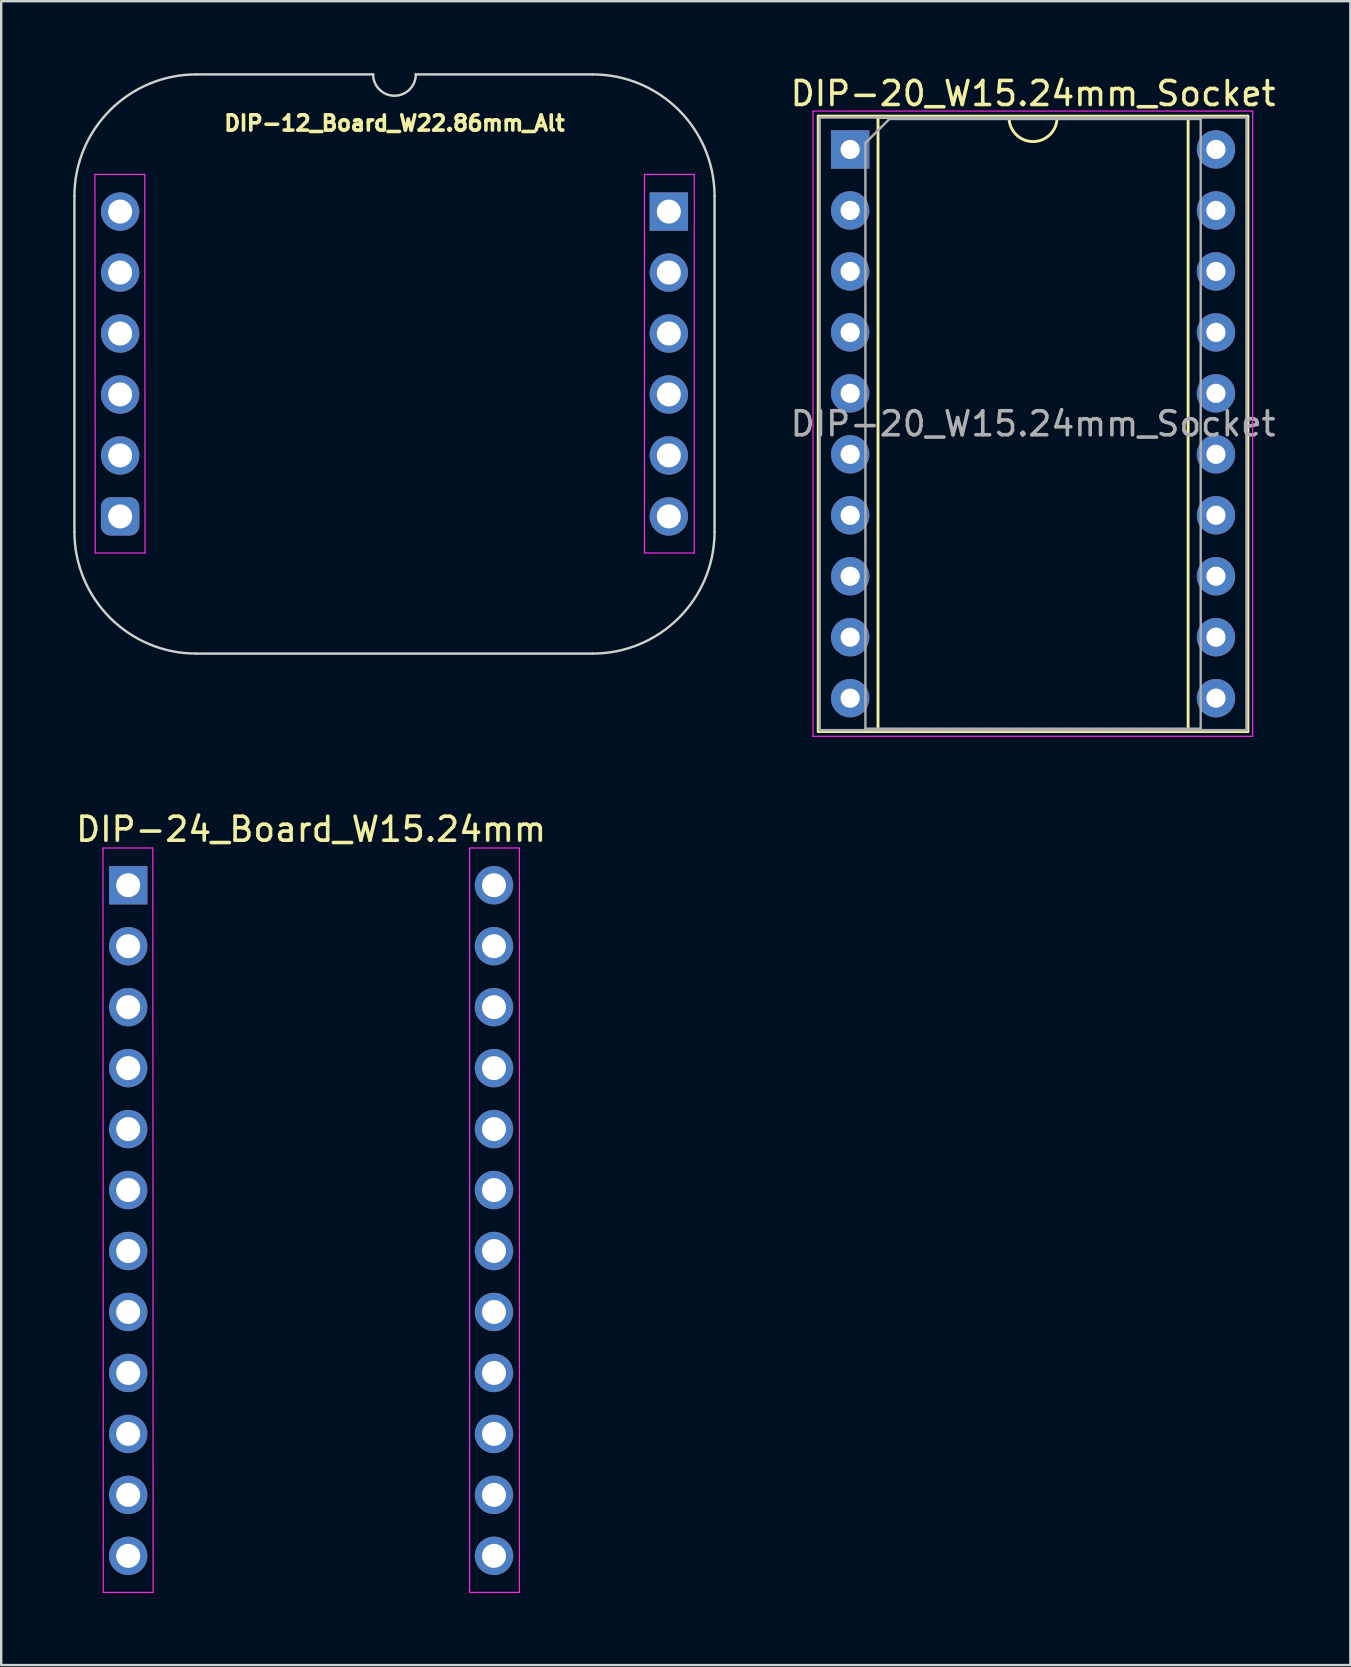
<source format=kicad_pcb>
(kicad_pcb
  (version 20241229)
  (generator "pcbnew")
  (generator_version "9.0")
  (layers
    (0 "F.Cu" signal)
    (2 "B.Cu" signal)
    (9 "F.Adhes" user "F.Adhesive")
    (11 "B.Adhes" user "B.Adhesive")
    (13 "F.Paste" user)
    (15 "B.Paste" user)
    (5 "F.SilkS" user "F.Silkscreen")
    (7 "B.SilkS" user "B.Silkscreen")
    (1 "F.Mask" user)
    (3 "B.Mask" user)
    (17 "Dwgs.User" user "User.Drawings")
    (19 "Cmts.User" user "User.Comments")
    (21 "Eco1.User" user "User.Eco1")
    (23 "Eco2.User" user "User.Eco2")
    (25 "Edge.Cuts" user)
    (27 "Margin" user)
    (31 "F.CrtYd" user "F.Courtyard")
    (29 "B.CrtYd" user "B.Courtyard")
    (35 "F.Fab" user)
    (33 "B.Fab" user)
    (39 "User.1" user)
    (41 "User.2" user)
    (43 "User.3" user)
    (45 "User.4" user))
  (footprint "DIP-24_Board_W15.24mm"
    (layer "F.Cu")
    (at 2.291 33.831)
    (property "Reference" "DIP-24_Board_W15.24mm" (at 7.62 -2.33 0) (layer "F.SilkS") (effects (font (size 1 1) (thickness 0.15))))
    (attr through_hole)
    (fp_line (start -1.05 -1.55) (end -1.038 29.464) (stroke (width 0.05) (type solid)) (layer "F.CrtYd"))
    (fp_line (start -1.038 29.464) (end 1.038 29.464) (stroke (width 0.05) (type solid)) (layer "F.CrtYd"))
    (fp_line (start 1.026 -1.55) (end -1.05 -1.55) (stroke (width 0.05) (type solid)) (layer "F.CrtYd"))
    (fp_line (start 1.038 29.464) (end 1.026 -1.55) (stroke (width 0.05) (type solid)) (layer "F.CrtYd"))
    (fp_line (start 14.224 29.464) (end 14.224 -1.55) (stroke (width 0.05) (type solid)) (layer "F.CrtYd"))
    (fp_line (start 14.224 29.464) (end 16.3 29.464) (stroke (width 0.05) (type solid)) (layer "F.CrtYd"))
    (fp_line (start 16.3 -1.55) (end 14.224 -1.55) (stroke (width 0.05) (type solid)) (layer "F.CrtYd"))
    (fp_line (start 16.3 29.464) (end 16.3 -1.55) (stroke (width 0.05) (type solid)) (layer "F.CrtYd"))
    (pad "1" thru_hole rect (at 0 0) (size 1.6 1.6) (drill 1) (layers "*.Cu" "*.Mask"))
    (pad "2" thru_hole oval (at 0 2.54) (size 1.6 1.6) (drill 1) (layers "*.Cu" "*.Mask"))
    (pad "3" thru_hole oval (at 0 5.08) (size 1.6 1.6) (drill 1) (layers "*.Cu" "*.Mask"))
    (pad "4" thru_hole oval (at 0 7.62) (size 1.6 1.6) (drill 1) (layers "*.Cu" "*.Mask"))
    (pad "5" thru_hole oval (at 0 10.16) (size 1.6 1.6) (drill 1) (layers "*.Cu" "*.Mask"))
    (pad "6" thru_hole oval (at 0 12.7) (size 1.6 1.6) (drill 1) (layers "*.Cu" "*.Mask"))
    (pad "7" thru_hole oval (at 0 15.24) (size 1.6 1.6) (drill 1) (layers "*.Cu" "*.Mask"))
    (pad "8" thru_hole oval (at 0 17.78) (size 1.6 1.6) (drill 1) (layers "*.Cu" "*.Mask"))
    (pad "9" thru_hole oval (at 0 20.32) (size 1.6 1.6) (drill 1) (layers "*.Cu" "*.Mask"))
    (pad "10" thru_hole oval (at 0 22.86) (size 1.6 1.6) (drill 1) (layers "*.Cu" "*.Mask"))
    (pad "11" thru_hole oval (at 0 25.4) (size 1.6 1.6) (drill 1) (layers "*.Cu" "*.Mask"))
    (pad "12" thru_hole oval (at 0 27.94) (size 1.6 1.6) (drill 1) (layers "*.Cu" "*.Mask"))
    (pad "13" thru_hole oval (at 15.24 27.94) (size 1.6 1.6) (drill 1) (layers "*.Cu" "*.Mask"))
    (pad "14" thru_hole oval (at 15.24 25.4) (size 1.6 1.6) (drill 1) (layers "*.Cu" "*.Mask"))
    (pad "15" thru_hole oval (at 15.24 22.86) (size 1.6 1.6) (drill 1) (layers "*.Cu" "*.Mask"))
    (pad "16" thru_hole oval (at 15.24 20.32) (size 1.6 1.6) (drill 1) (layers "*.Cu" "*.Mask"))
    (pad "17" thru_hole oval (at 15.24 17.78 180) (size 1.6 1.6) (drill 1) (layers "*.Cu" "*.Mask"))
    (pad "18" thru_hole oval (at 15.24 15.24 180) (size 1.6 1.6) (drill 1) (layers "*.Cu" "*.Mask"))
    (pad "19" thru_hole oval (at 15.24 12.7 180) (size 1.6 1.6) (drill 1) (layers "*.Cu" "*.Mask"))
    (pad "20" thru_hole oval (at 15.24 10.16 180) (size 1.6 1.6) (drill 1) (layers "*.Cu" "*.Mask"))
    (pad "21" thru_hole oval (at 15.24 7.62) (size 1.6 1.6) (drill 1) (layers "*.Cu" "*.Mask"))
    (pad "22" thru_hole oval (at 15.24 5.08) (size 1.6 1.6) (drill 1) (layers "*.Cu" "*.Mask"))
    (pad "23" thru_hole oval (at 15.24 2.54) (size 1.6 1.6) (drill 1) (layers "*.Cu" "*.Mask"))
    (pad "24" thru_hole oval (at 15.24 0) (size 1.6 1.6) (drill 1) (layers "*.Cu" "*.Mask")))
  (footprint "DIP-12_Board_W22.86mm_Alt"
    (layer "F.Cu")
    (at 1.955 5.765)
    (property "Reference" "DIP-12_Board_W22.86mm_Alt" (at 11.43 -3.683 0) (layer "F.SilkS") (effects (font (size 0.635 0.635) (thickness 0.15))))
    (attr through_hole)
    (fp_line (start -1.905 -0.635) (end -1.905 13.335) (stroke (width 0.1) (type solid)) (layer "Edge.Cuts"))
    (fp_line (start 10.541 -5.715) (end 3.175 -5.715) (stroke (width 0.1) (type solid)) (layer "Edge.Cuts"))
    (fp_line (start 19.685 -5.715) (end 12.319 -5.715) (stroke (width 0.1) (type solid)) (layer "Edge.Cuts"))
    (fp_line (start 19.685 18.415) (end 3.175 18.415) (stroke (width 0.1) (type solid)) (layer "Edge.Cuts"))
    (fp_line (start 24.765 13.335) (end 24.765 -0.635) (stroke (width 0.1) (type solid)) (layer "Edge.Cuts"))
    (fp_arc (start -1.905 -0.635) (mid -0.417102 -4.227102) (end 3.175 -5.715) (stroke (width 0.1) (type solid)) (layer "Edge.Cuts"))
    (fp_arc (start 3.175 18.415) (mid -0.417102 16.927102) (end -1.905 13.335) (stroke (width 0.1) (type solid)) (layer "Edge.Cuts"))
    (fp_arc (start 12.319 -5.715) (mid 11.43 -4.826) (end 10.541 -5.715) (stroke (width 0.1) (type default)) (layer "Edge.Cuts"))
    (fp_arc (start 19.685 -5.715) (mid 23.277102 -4.227102) (end 24.765 -0.635) (stroke (width 0.1) (type solid)) (layer "Edge.Cuts"))
    (fp_arc (start 24.765 13.335) (mid 23.277102 16.927102) (end 19.685 18.415) (stroke (width 0.1) (type solid)) (layer "Edge.Cuts"))
    (fp_line (start -1.05 -1.55) (end -1.038 14.224) (stroke (width 0.05) (type solid)) (layer "F.CrtYd"))
    (fp_line (start -1.038 14.224) (end 1.038 14.224) (stroke (width 0.05) (type solid)) (layer "F.CrtYd"))
    (fp_line (start 1.026 -1.55) (end -1.05 -1.55) (stroke (width 0.05) (type solid)) (layer "F.CrtYd"))
    (fp_line (start 1.038 14.224) (end 1.026 -1.55) (stroke (width 0.05) (type solid)) (layer "F.CrtYd"))
    (fp_line (start 21.844 14.224) (end 21.844 -1.55) (stroke (width 0.05) (type solid)) (layer "F.CrtYd"))
    (fp_line (start 21.844 14.224) (end 23.92 14.224) (stroke (width 0.05) (type solid)) (layer "F.CrtYd"))
    (fp_line (start 23.92 -1.55) (end 21.844 -1.55) (stroke (width 0.05) (type solid)) (layer "F.CrtYd"))
    (fp_line (start 23.92 14.224) (end 23.92 -1.55) (stroke (width 0.05) (type solid)) (layer "F.CrtYd"))
    (pad "1" thru_hole oval (at 0 0) (size 1.6 1.6) (drill 1) (layers "*.Cu" "*.Mask"))
    (pad "2" thru_hole oval (at 0 2.54) (size 1.6 1.6) (drill 1) (layers "*.Cu" "*.Mask"))
    (pad "3" thru_hole oval (at 0 5.08) (size 1.6 1.6) (drill 1) (layers "*.Cu" "*.Mask"))
    (pad "4" thru_hole oval (at 0 7.62) (size 1.6 1.6) (drill 1) (layers "*.Cu" "*.Mask"))
    (pad "5" thru_hole oval (at 0 10.16) (size 1.6 1.6) (drill 1) (layers "*.Cu" "*.Mask"))
    (pad "6" thru_hole roundrect (at 0 12.7) (size 1.6 1.6) (drill 1) (layers "*.Cu" "*.Mask") (roundrect_rratio 0.25))
    (pad "7" thru_hole oval (at 22.86 12.7 180) (size 1.6 1.6) (drill 1) (layers "*.Cu" "*.Mask"))
    (pad "8" thru_hole oval (at 22.86 10.16 180) (size 1.6 1.6) (drill 1) (layers "*.Cu" "*.Mask"))
    (pad "9" thru_hole oval (at 22.86 7.62) (size 1.6 1.6) (drill 1) (layers "*.Cu" "*.Mask"))
    (pad "10" thru_hole oval (at 22.86 5.08) (size 1.6 1.6) (drill 1) (layers "*.Cu" "*.Mask"))
    (pad "11" thru_hole oval (at 22.86 2.54) (size 1.6 1.6) (drill 1) (layers "*.Cu" "*.Mask"))
    (pad "12" thru_hole rect (at 22.86 0) (size 1.6 1.6) (drill 1) (layers "*.Cu" "*.Mask")))
  (footprint "DIP-20_W15.24mm_Socket"
    (layer "F.Cu")
    (at 32.37 3.178)
    (property "Reference" "DIP-20_W15.24mm_Socket" (at 7.62 -2.33 0) (layer "F.SilkS") (effects (font (size 1 1) (thickness 0.15))))
    (attr through_hole)
    (fp_line (start -1.33 -1.39) (end -1.33 24.25) (stroke (width 0.12) (type solid)) (layer "F.SilkS"))
    (fp_line (start -1.33 24.25) (end 16.57 24.25) (stroke (width 0.12) (type solid)) (layer "F.SilkS"))
    (fp_line (start 1.16 -1.33) (end 1.16 24.19) (stroke (width 0.12) (type solid)) (layer "F.SilkS"))
    (fp_line (start 1.16 24.19) (end 14.08 24.19) (stroke (width 0.12) (type solid)) (layer "F.SilkS"))
    (fp_line (start 6.62 -1.33) (end 1.16 -1.33) (stroke (width 0.12) (type solid)) (layer "F.SilkS"))
    (fp_line (start 14.08 -1.33) (end 8.62 -1.33) (stroke (width 0.12) (type solid)) (layer "F.SilkS"))
    (fp_line (start 14.08 24.19) (end 14.08 -1.33) (stroke (width 0.12) (type solid)) (layer "F.SilkS"))
    (fp_line (start 16.57 -1.39) (end -1.33 -1.39) (stroke (width 0.12) (type solid)) (layer "F.SilkS"))
    (fp_line (start 16.57 24.25) (end 16.57 -1.39) (stroke (width 0.12) (type solid)) (layer "F.SilkS"))
    (fp_arc (start 8.62 -1.33) (mid 7.62 -0.33) (end 6.62 -1.33) (stroke (width 0.12) (type solid)) (layer "F.SilkS"))
    (fp_line (start -1.55 -1.6) (end -1.55 24.45) (stroke (width 0.05) (type solid)) (layer "F.CrtYd"))
    (fp_line (start -1.55 24.45) (end 16.77 24.45) (stroke (width 0.05) (type solid)) (layer "F.CrtYd"))
    (fp_line (start 16.77 -1.6) (end -1.55 -1.6) (stroke (width 0.05) (type solid)) (layer "F.CrtYd"))
    (fp_line (start 16.77 24.45) (end 16.77 -1.6) (stroke (width 0.05) (type solid)) (layer "F.CrtYd"))
    (fp_line (start -1.27 -1.33) (end -1.27 24.19) (stroke (width 0.1) (type solid)) (layer "F.Fab"))
    (fp_line (start -1.27 24.19) (end 16.51 24.19) (stroke (width 0.1) (type solid)) (layer "F.Fab"))
    (fp_line (start 0.635 -0.27) (end 1.635 -1.27) (stroke (width 0.1) (type solid)) (layer "F.Fab"))
    (fp_line (start 0.635 24.13) (end 0.635 -0.27) (stroke (width 0.1) (type solid)) (layer "F.Fab"))
    (fp_line (start 1.635 -1.27) (end 14.605 -1.27) (stroke (width 0.1) (type solid)) (layer "F.Fab"))
    (fp_line (start 14.605 -1.27) (end 14.605 24.13) (stroke (width 0.1) (type solid)) (layer "F.Fab"))
    (fp_line (start 14.605 24.13) (end 0.635 24.13) (stroke (width 0.1) (type solid)) (layer "F.Fab"))
    (fp_line (start 16.51 -1.33) (end -1.27 -1.33) (stroke (width 0.1) (type solid)) (layer "F.Fab"))
    (fp_line (start 16.51 24.19) (end 16.51 -1.33) (stroke (width 0.1) (type solid)) (layer "F.Fab"))
    (fp_text user "${REFERENCE}" (at 7.62 11.43 0) (layer "F.Fab") (effects (font (size 1 1) (thickness 0.15))))
    (pad "1" thru_hole rect (at 0 0) (size 1.6 1.6) (drill 0.8) (layers "*.Cu" "*.Mask"))
    (pad "2" thru_hole oval (at 0 2.54) (size 1.6 1.6) (drill 0.8) (layers "*.Cu" "*.Mask"))
    (pad "3" thru_hole oval (at 0 5.08) (size 1.6 1.6) (drill 0.8) (layers "*.Cu" "*.Mask"))
    (pad "4" thru_hole oval (at 0 7.62) (size 1.6 1.6) (drill 0.8) (layers "*.Cu" "*.Mask"))
    (pad "5" thru_hole oval (at 0 10.16) (size 1.6 1.6) (drill 0.8) (layers "*.Cu" "*.Mask"))
    (pad "6" thru_hole oval (at 0 12.7) (size 1.6 1.6) (drill 0.8) (layers "*.Cu" "*.Mask"))
    (pad "7" thru_hole oval (at 0 15.24) (size 1.6 1.6) (drill 0.8) (layers "*.Cu" "*.Mask"))
    (pad "8" thru_hole oval (at 0 17.78) (size 1.6 1.6) (drill 0.8) (layers "*.Cu" "*.Mask"))
    (pad "9" thru_hole oval (at 0 20.32) (size 1.6 1.6) (drill 0.8) (layers "*.Cu" "*.Mask"))
    (pad "10" thru_hole oval (at 0 22.86) (size 1.6 1.6) (drill 0.8) (layers "*.Cu" "*.Mask"))
    (pad "11" thru_hole oval (at 15.24 22.86) (size 1.6 1.6) (drill 0.8) (layers "*.Cu" "*.Mask"))
    (pad "12" thru_hole oval (at 15.24 20.32) (size 1.6 1.6) (drill 0.8) (layers "*.Cu" "*.Mask"))
    (pad "13" thru_hole oval (at 15.24 17.78) (size 1.6 1.6) (drill 0.8) (layers "*.Cu" "*.Mask"))
    (pad "14" thru_hole oval (at 15.24 15.24) (size 1.6 1.6) (drill 0.8) (layers "*.Cu" "*.Mask"))
    (pad "15" thru_hole oval (at 15.24 12.7) (size 1.6 1.6) (drill 0.8) (layers "*.Cu" "*.Mask"))
    (pad "16" thru_hole oval (at 15.24 10.16) (size 1.6 1.6) (drill 0.8) (layers "*.Cu" "*.Mask"))
    (pad "17" thru_hole oval (at 15.24 7.62) (size 1.6 1.6) (drill 0.8) (layers "*.Cu" "*.Mask"))
    (pad "18" thru_hole oval (at 15.24 5.08) (size 1.6 1.6) (drill 0.8) (layers "*.Cu" "*.Mask"))
    (pad "19" thru_hole oval (at 15.24 2.54) (size 1.6 1.6) (drill 0.8) (layers "*.Cu" "*.Mask"))
    (pad "20" thru_hole oval (at 15.24 0) (size 1.6 1.6) (drill 0.8) (layers "*.Cu" "*.Mask")))
  (gr_rect
    (start -3 -3)
    (end 53.21 66.32)
    (stroke (width 0.1) (type default))
    (fill no)
    (layer "Edge.Cuts")))
</source>
